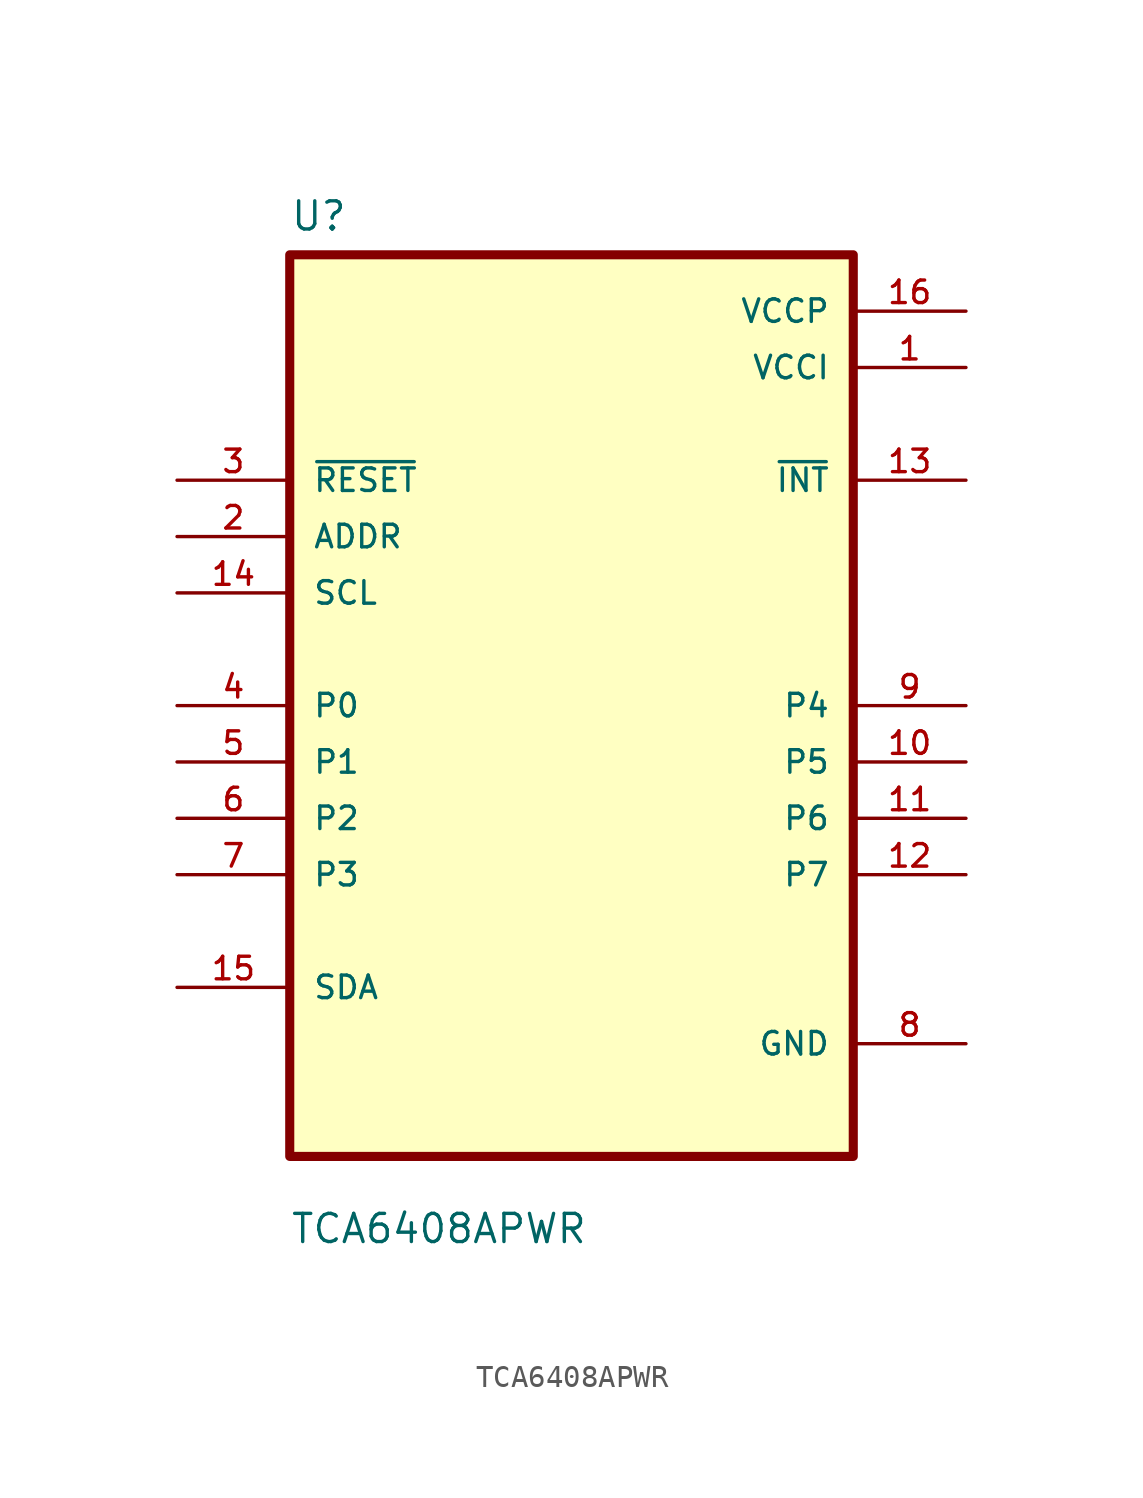
<source format=kicad_sym>
(kicad_symbol_lib
  (version 20211014)
  (generator kicad_symbol_editor)
  (symbol "TCA6408APWR"
    (pin_names
      (offset 1.016))
    (property "Reference" "U"
      (at -12.7 21.32 0.0)
      (effects (font (size 1.27 1.27)) (justify bottom left)))
    (property "Value" "TCA6408APWR"
      (at -12.7 -24.32 0.0)
      (effects (font (size 1.27 1.27)) (justify bottom left)))
    (symbol "TCA6408APWR_0_0"
      (rectangle (start -12.7 -20.32) (end 12.7 20.32) (stroke (width 0.41)) (fill (type background)))
      (pin input line (at -17.78 10.16 0) (length 5.08) (name "~{RESET}" (effects (font (size 1.016 1.016)))) (number "3" (effects (font (size 1.016 1.016)))))
      (pin input line (at -17.78 7.62 0) (length 5.08) (name "ADDR" (effects (font (size 1.016 1.016)))) (number "2" (effects (font (size 1.016 1.016)))))
      (pin input line (at -17.78 5.08 0) (length 5.08) (name "SCL" (effects (font (size 1.016 1.016)))) (number "14" (effects (font (size 1.016 1.016)))))
      (pin bidirectional line (at -17.78 0.0 0) (length 5.08) (name "P0" (effects (font (size 1.016 1.016)))) (number "4" (effects (font (size 1.016 1.016)))))
      (pin bidirectional line (at -17.78 -2.54 0) (length 5.08) (name "P1" (effects (font (size 1.016 1.016)))) (number "5" (effects (font (size 1.016 1.016)))))
      (pin bidirectional line (at -17.78 -5.08 0) (length 5.08) (name "P2" (effects (font (size 1.016 1.016)))) (number "6" (effects (font (size 1.016 1.016)))))
      (pin bidirectional line (at -17.78 -7.62 0) (length 5.08) (name "P3" (effects (font (size 1.016 1.016)))) (number "7" (effects (font (size 1.016 1.016)))))
      (pin bidirectional line (at -17.78 -12.7 0) (length 5.08) (name "SDA" (effects (font (size 1.016 1.016)))) (number "15" (effects (font (size 1.016 1.016)))))
      (pin power_in line (at 17.78 17.78 180.0) (length 5.08) (name "VCCP" (effects (font (size 1.016 1.016)))) (number "16" (effects (font (size 1.016 1.016)))))
      (pin power_in line (at 17.78 15.24 180.0) (length 5.08) (name "VCCI" (effects (font (size 1.016 1.016)))) (number "1" (effects (font (size 1.016 1.016)))))
      (pin output line (at 17.78 10.16 180.0) (length 5.08) (name "~{INT}" (effects (font (size 1.016 1.016)))) (number "13" (effects (font (size 1.016 1.016)))))
      (pin bidirectional line (at 17.78 1.77636e-15 180.0) (length 5.08) (name "P4" (effects (font (size 1.016 1.016)))) (number "9" (effects (font (size 1.016 1.016)))))
      (pin bidirectional line (at 17.78 -2.54 180.0) (length 5.08) (name "P5" (effects (font (size 1.016 1.016)))) (number "10" (effects (font (size 1.016 1.016)))))
      (pin bidirectional line (at 17.78 -5.08 180.0) (length 5.08) (name "P6" (effects (font (size 1.016 1.016)))) (number "11" (effects (font (size 1.016 1.016)))))
      (pin bidirectional line (at 17.78 -7.62 180.0) (length 5.08) (name "P7" (effects (font (size 1.016 1.016)))) (number "12" (effects (font (size 1.016 1.016)))))
      (pin power_in line (at 17.78 -15.24 180.0) (length 5.08) (name "GND" (effects (font (size 1.016 1.016)))) (number "8" (effects (font (size 1.016 1.016))))))))
</source>
